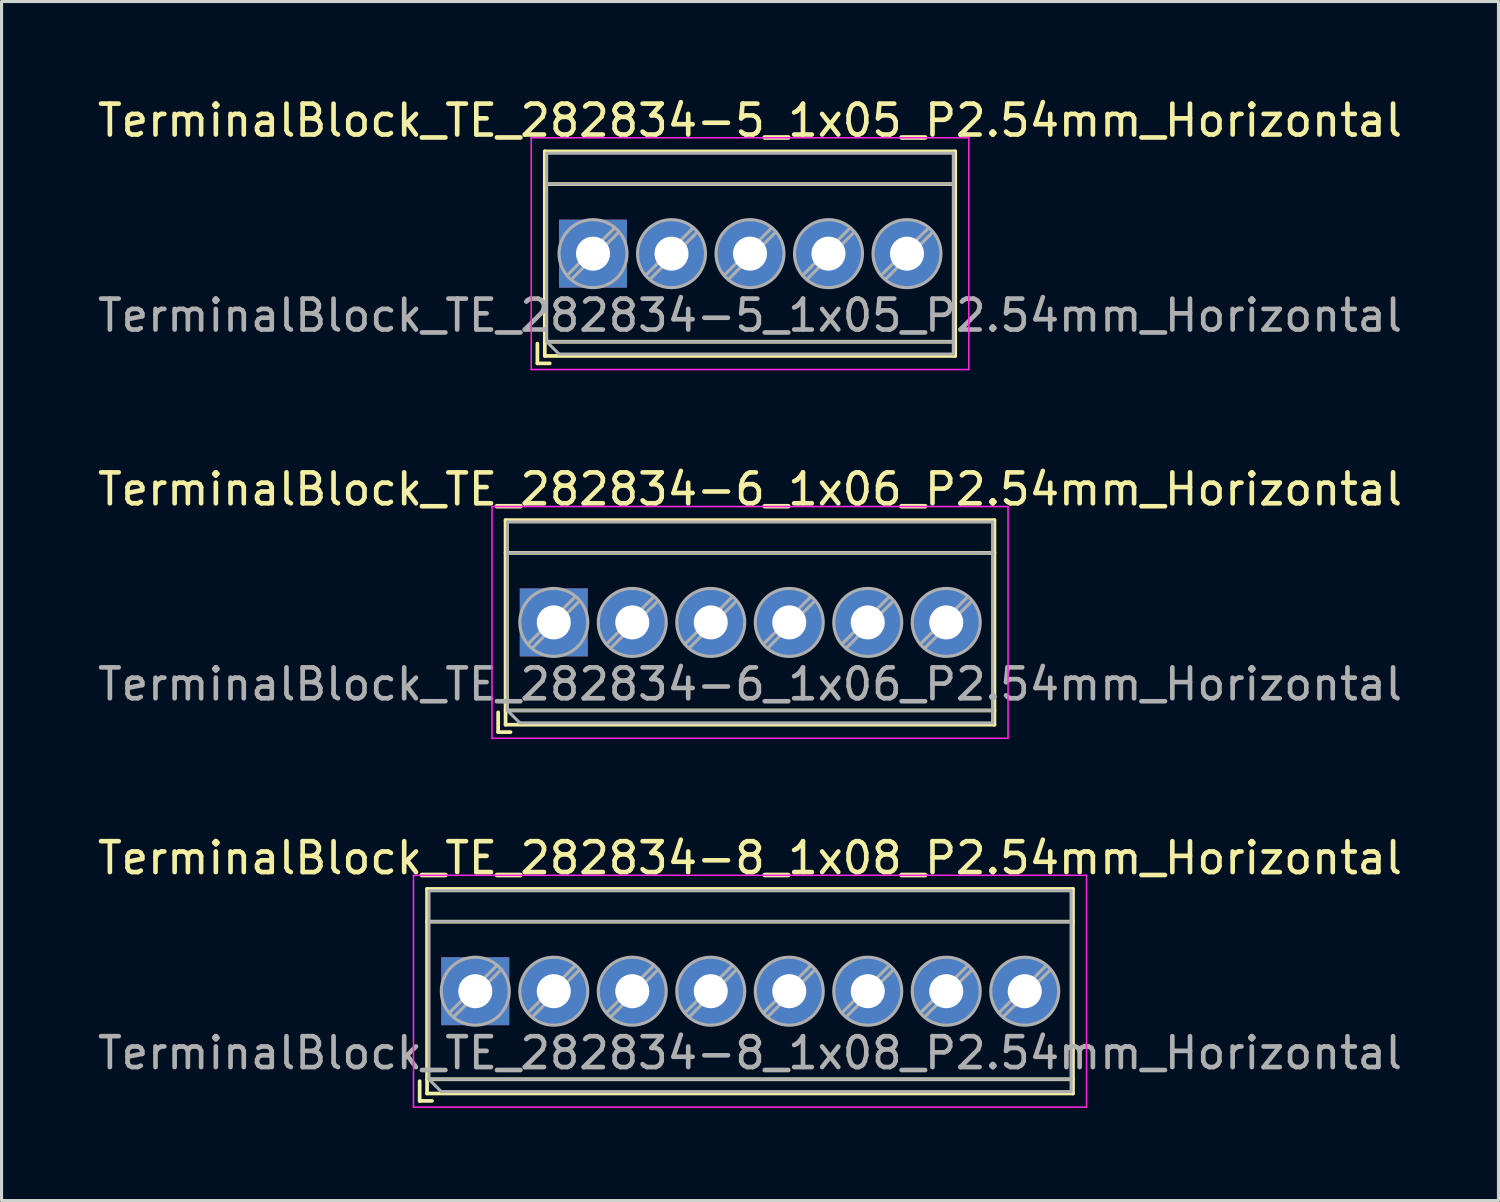
<source format=kicad_pcb>
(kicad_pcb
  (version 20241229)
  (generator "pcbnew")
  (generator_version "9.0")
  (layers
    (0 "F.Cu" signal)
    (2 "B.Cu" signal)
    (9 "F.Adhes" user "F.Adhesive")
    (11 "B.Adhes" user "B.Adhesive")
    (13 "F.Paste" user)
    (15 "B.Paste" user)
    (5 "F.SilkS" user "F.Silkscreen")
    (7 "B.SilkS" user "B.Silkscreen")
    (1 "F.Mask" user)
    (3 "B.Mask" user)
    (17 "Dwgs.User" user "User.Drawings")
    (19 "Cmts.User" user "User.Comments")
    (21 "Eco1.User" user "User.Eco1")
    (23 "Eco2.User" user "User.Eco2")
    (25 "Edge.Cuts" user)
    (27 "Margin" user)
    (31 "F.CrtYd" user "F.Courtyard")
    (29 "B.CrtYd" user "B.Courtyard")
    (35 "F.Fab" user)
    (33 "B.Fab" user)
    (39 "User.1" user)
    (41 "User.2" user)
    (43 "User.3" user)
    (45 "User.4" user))
  (footprint "TerminalBlock_TE_282834-8_1x08_P2.54mm_Horizontal"
    (layer "F.Cu")
    (at 12.33 29.025)
    (property "Reference" "TerminalBlock_TE_282834-8_1x08_P2.54mm_Horizontal" (at 8.89 -4.31 0) (layer "F.SilkS") (effects (font (size 1 1) (thickness 0.15))))
    (attr through_hole)
    (fp_line (start -1.8 2.91) (end -1.8 3.55) (stroke (width 0.12) (type solid)) (layer "F.SilkS"))
    (fp_line (start -1.8 3.55) (end -1.4 3.55) (stroke (width 0.12) (type solid)) (layer "F.SilkS"))
    (fp_line (start -1.56 -3.31) (end -1.56 3.31) (stroke (width 0.12) (type solid)) (layer "F.SilkS"))
    (fp_line (start -1.56 -3.31) (end 19.341 -3.31) (stroke (width 0.12) (type solid)) (layer "F.SilkS"))
    (fp_line (start -1.56 -2.25) (end 19.341 -2.25) (stroke (width 0.12) (type solid)) (layer "F.SilkS"))
    (fp_line (start -1.56 2.85) (end 19.341 2.85) (stroke (width 0.12) (type solid)) (layer "F.SilkS"))
    (fp_line (start -1.56 3.31) (end 19.341 3.31) (stroke (width 0.12) (type solid)) (layer "F.SilkS"))
    (fp_line (start 19.341 -3.31) (end 19.341 3.31) (stroke (width 0.12) (type solid)) (layer "F.SilkS"))
    (fp_line (start -2 -3.75) (end -2 3.75) (stroke (width 0.05) (type solid)) (layer "F.CrtYd"))
    (fp_line (start -2 3.75) (end 19.78 3.75) (stroke (width 0.05) (type solid)) (layer "F.CrtYd"))
    (fp_line (start 19.78 -3.75) (end -2 -3.75) (stroke (width 0.05) (type solid)) (layer "F.CrtYd"))
    (fp_line (start 19.78 3.75) (end 19.78 -3.75) (stroke (width 0.05) (type solid)) (layer "F.CrtYd"))
    (fp_line (start -1.5 -3.25) (end 19.28 -3.25) (stroke (width 0.1) (type solid)) (layer "F.Fab"))
    (fp_line (start -1.5 -2.25) (end 19.28 -2.25) (stroke (width 0.1) (type solid)) (layer "F.Fab"))
    (fp_line (start -1.5 2.85) (end -1.5 -3.25) (stroke (width 0.1) (type solid)) (layer "F.Fab"))
    (fp_line (start -1.5 2.85) (end 19.28 2.85) (stroke (width 0.1) (type solid)) (layer "F.Fab"))
    (fp_line (start -1.1 3.25) (end -1.5 2.85) (stroke (width 0.1) (type solid)) (layer "F.Fab"))
    (fp_line (start 0.701 -0.835) (end -0.835 0.7) (stroke (width 0.1) (type solid)) (layer "F.Fab"))
    (fp_line (start 0.835 -0.7) (end -0.701 0.835) (stroke (width 0.1) (type solid)) (layer "F.Fab"))
    (fp_line (start 3.241 -0.835) (end 1.706 0.7) (stroke (width 0.1) (type solid)) (layer "F.Fab"))
    (fp_line (start 3.375 -0.7) (end 1.84 0.835) (stroke (width 0.1) (type solid)) (layer "F.Fab"))
    (fp_line (start 5.781 -0.835) (end 4.246 0.7) (stroke (width 0.1) (type solid)) (layer "F.Fab"))
    (fp_line (start 5.915 -0.7) (end 4.38 0.835) (stroke (width 0.1) (type solid)) (layer "F.Fab"))
    (fp_line (start 8.321 -0.835) (end 6.786 0.7) (stroke (width 0.1) (type solid)) (layer "F.Fab"))
    (fp_line (start 8.455 -0.7) (end 6.92 0.835) (stroke (width 0.1) (type solid)) (layer "F.Fab"))
    (fp_line (start 10.861 -0.835) (end 9.326 0.7) (stroke (width 0.1) (type solid)) (layer "F.Fab"))
    (fp_line (start 10.995 -0.7) (end 9.46 0.835) (stroke (width 0.1) (type solid)) (layer "F.Fab"))
    (fp_line (start 13.401 -0.835) (end 11.866 0.7) (stroke (width 0.1) (type solid)) (layer "F.Fab"))
    (fp_line (start 13.535 -0.7) (end 12 0.835) (stroke (width 0.1) (type solid)) (layer "F.Fab"))
    (fp_line (start 15.941 -0.835) (end 14.406 0.7) (stroke (width 0.1) (type solid)) (layer "F.Fab"))
    (fp_line (start 16.075 -0.7) (end 14.54 0.835) (stroke (width 0.1) (type solid)) (layer "F.Fab"))
    (fp_line (start 18.481 -0.835) (end 16.946 0.7) (stroke (width 0.1) (type solid)) (layer "F.Fab"))
    (fp_line (start 18.615 -0.7) (end 17.08 0.835) (stroke (width 0.1) (type solid)) (layer "F.Fab"))
    (fp_line (start 19.28 -3.25) (end 19.28 3.25) (stroke (width 0.1) (type solid)) (layer "F.Fab"))
    (fp_line (start 19.28 3.25) (end -1.1 3.25) (stroke (width 0.1) (type solid)) (layer "F.Fab"))
    (fp_circle (center 0 0) (end 1.1 0) (stroke (width 0.1) (type solid)) (fill no) (layer "F.Fab"))
    (fp_circle (center 2.54 0) (end 3.64 0) (stroke (width 0.1) (type solid)) (fill no) (layer "F.Fab"))
    (fp_circle (center 5.08 0) (end 6.18 0) (stroke (width 0.1) (type solid)) (fill no) (layer "F.Fab"))
    (fp_circle (center 7.62 0) (end 8.72 0) (stroke (width 0.1) (type solid)) (fill no) (layer "F.Fab"))
    (fp_circle (center 10.16 0) (end 11.26 0) (stroke (width 0.1) (type solid)) (fill no) (layer "F.Fab"))
    (fp_circle (center 12.7 0) (end 13.8 0) (stroke (width 0.1) (type solid)) (fill no) (layer "F.Fab"))
    (fp_circle (center 15.24 0) (end 16.34 0) (stroke (width 0.1) (type solid)) (fill no) (layer "F.Fab"))
    (fp_circle (center 17.78 0) (end 18.88 0) (stroke (width 0.1) (type solid)) (fill no) (layer "F.Fab"))
    (fp_text user "${REFERENCE}" (at 8.89 2 0) (layer "F.Fab") (effects (font (size 1 1) (thickness 0.15))))
    (pad "1" thru_hole rect (at 0 0) (size 2.2 2.2) (drill 1.1) (layers "*.Cu" "*.Mask"))
    (pad "2" thru_hole circle (at 2.54 0) (size 2.2 2.2) (drill 1.1) (layers "*.Cu" "*.Mask"))
    (pad "3" thru_hole circle (at 5.08 0) (size 2.2 2.2) (drill 1.1) (layers "*.Cu" "*.Mask"))
    (pad "4" thru_hole circle (at 7.62 0) (size 2.2 2.2) (drill 1.1) (layers "*.Cu" "*.Mask"))
    (pad "5" thru_hole circle (at 10.16 0) (size 2.2 2.2) (drill 1.1) (layers "*.Cu" "*.Mask"))
    (pad "6" thru_hole circle (at 12.7 0) (size 2.2 2.2) (drill 1.1) (layers "*.Cu" "*.Mask"))
    (pad "7" thru_hole circle (at 15.24 0) (size 2.2 2.2) (drill 1.1) (layers "*.Cu" "*.Mask"))
    (pad "8" thru_hole circle (at 17.78 0) (size 2.2 2.2) (drill 1.1) (layers "*.Cu" "*.Mask")))
  (footprint "TerminalBlock_TE_282834-5_1x05_P2.54mm_Horizontal"
    (layer "F.Cu")
    (at 16.14 5.158)
    (property "Reference" "TerminalBlock_TE_282834-5_1x05_P2.54mm_Horizontal" (at 5.08 -4.31 0) (layer "F.SilkS") (effects (font (size 1 1) (thickness 0.15))))
    (attr through_hole)
    (fp_line (start -1.8 2.91) (end -1.8 3.55) (stroke (width 0.12) (type solid)) (layer "F.SilkS"))
    (fp_line (start -1.8 3.55) (end -1.4 3.55) (stroke (width 0.12) (type solid)) (layer "F.SilkS"))
    (fp_line (start -1.56 -3.31) (end -1.56 3.31) (stroke (width 0.12) (type solid)) (layer "F.SilkS"))
    (fp_line (start -1.56 -3.31) (end 11.72 -3.31) (stroke (width 0.12) (type solid)) (layer "F.SilkS"))
    (fp_line (start -1.56 -2.25) (end 11.72 -2.25) (stroke (width 0.12) (type solid)) (layer "F.SilkS"))
    (fp_line (start -1.56 2.85) (end 11.72 2.85) (stroke (width 0.12) (type solid)) (layer "F.SilkS"))
    (fp_line (start -1.56 3.31) (end 11.72 3.31) (stroke (width 0.12) (type solid)) (layer "F.SilkS"))
    (fp_line (start 11.72 -3.31) (end 11.72 3.31) (stroke (width 0.12) (type solid)) (layer "F.SilkS"))
    (fp_line (start -2 -3.75) (end -2 3.75) (stroke (width 0.05) (type solid)) (layer "F.CrtYd"))
    (fp_line (start -2 3.75) (end 12.16 3.75) (stroke (width 0.05) (type solid)) (layer "F.CrtYd"))
    (fp_line (start 12.16 -3.75) (end -2 -3.75) (stroke (width 0.05) (type solid)) (layer "F.CrtYd"))
    (fp_line (start 12.16 3.75) (end 12.16 -3.75) (stroke (width 0.05) (type solid)) (layer "F.CrtYd"))
    (fp_line (start -1.5 -3.25) (end 11.66 -3.25) (stroke (width 0.1) (type solid)) (layer "F.Fab"))
    (fp_line (start -1.5 -2.25) (end 11.66 -2.25) (stroke (width 0.1) (type solid)) (layer "F.Fab"))
    (fp_line (start -1.5 2.85) (end -1.5 -3.25) (stroke (width 0.1) (type solid)) (layer "F.Fab"))
    (fp_line (start -1.5 2.85) (end 11.66 2.85) (stroke (width 0.1) (type solid)) (layer "F.Fab"))
    (fp_line (start -1.1 3.25) (end -1.5 2.85) (stroke (width 0.1) (type solid)) (layer "F.Fab"))
    (fp_line (start 0.701 -0.835) (end -0.835 0.7) (stroke (width 0.1) (type solid)) (layer "F.Fab"))
    (fp_line (start 0.835 -0.7) (end -0.701 0.835) (stroke (width 0.1) (type solid)) (layer "F.Fab"))
    (fp_line (start 3.241 -0.835) (end 1.706 0.7) (stroke (width 0.1) (type solid)) (layer "F.Fab"))
    (fp_line (start 3.375 -0.7) (end 1.84 0.835) (stroke (width 0.1) (type solid)) (layer "F.Fab"))
    (fp_line (start 5.781 -0.835) (end 4.246 0.7) (stroke (width 0.1) (type solid)) (layer "F.Fab"))
    (fp_line (start 5.915 -0.7) (end 4.38 0.835) (stroke (width 0.1) (type solid)) (layer "F.Fab"))
    (fp_line (start 8.321 -0.835) (end 6.786 0.7) (stroke (width 0.1) (type solid)) (layer "F.Fab"))
    (fp_line (start 8.455 -0.7) (end 6.92 0.835) (stroke (width 0.1) (type solid)) (layer "F.Fab"))
    (fp_line (start 10.861 -0.835) (end 9.326 0.7) (stroke (width 0.1) (type solid)) (layer "F.Fab"))
    (fp_line (start 10.995 -0.7) (end 9.46 0.835) (stroke (width 0.1) (type solid)) (layer "F.Fab"))
    (fp_line (start 11.66 -3.25) (end 11.66 3.25) (stroke (width 0.1) (type solid)) (layer "F.Fab"))
    (fp_line (start 11.66 3.25) (end -1.1 3.25) (stroke (width 0.1) (type solid)) (layer "F.Fab"))
    (fp_circle (center 0 0) (end 1.1 0) (stroke (width 0.1) (type solid)) (fill no) (layer "F.Fab"))
    (fp_circle (center 2.54 0) (end 3.64 0) (stroke (width 0.1) (type solid)) (fill no) (layer "F.Fab"))
    (fp_circle (center 5.08 0) (end 6.18 0) (stroke (width 0.1) (type solid)) (fill no) (layer "F.Fab"))
    (fp_circle (center 7.62 0) (end 8.72 0) (stroke (width 0.1) (type solid)) (fill no) (layer "F.Fab"))
    (fp_circle (center 10.16 0) (end 11.26 0) (stroke (width 0.1) (type solid)) (fill no) (layer "F.Fab"))
    (fp_text user "${REFERENCE}" (at 5.08 2 0) (layer "F.Fab") (effects (font (size 1 1) (thickness 0.15))))
    (pad "1" thru_hole rect (at 0 0) (size 2.2 2.2) (drill 1.1) (layers "*.Cu" "*.Mask"))
    (pad "2" thru_hole circle (at 2.54 0) (size 2.2 2.2) (drill 1.1) (layers "*.Cu" "*.Mask"))
    (pad "3" thru_hole circle (at 5.08 0) (size 2.2 2.2) (drill 1.1) (layers "*.Cu" "*.Mask"))
    (pad "4" thru_hole circle (at 7.62 0) (size 2.2 2.2) (drill 1.1) (layers "*.Cu" "*.Mask"))
    (pad "5" thru_hole circle (at 10.16 0) (size 2.2 2.2) (drill 1.1) (layers "*.Cu" "*.Mask")))
  (footprint "TerminalBlock_TE_282834-6_1x06_P2.54mm_Horizontal"
    (layer "F.Cu")
    (at 14.87 17.091)
    (property "Reference" "TerminalBlock_TE_282834-6_1x06_P2.54mm_Horizontal" (at 6.35 -4.31 0) (layer "F.SilkS") (effects (font (size 1 1) (thickness 0.15))))
    (attr through_hole)
    (fp_line (start -1.8 2.91) (end -1.8 3.55) (stroke (width 0.12) (type solid)) (layer "F.SilkS"))
    (fp_line (start -1.8 3.55) (end -1.4 3.55) (stroke (width 0.12) (type solid)) (layer "F.SilkS"))
    (fp_line (start -1.56 -3.31) (end -1.56 3.31) (stroke (width 0.12) (type solid)) (layer "F.SilkS"))
    (fp_line (start -1.56 -3.31) (end 14.26 -3.31) (stroke (width 0.12) (type solid)) (layer "F.SilkS"))
    (fp_line (start -1.56 -2.25) (end 14.26 -2.25) (stroke (width 0.12) (type solid)) (layer "F.SilkS"))
    (fp_line (start -1.56 2.85) (end 14.26 2.85) (stroke (width 0.12) (type solid)) (layer "F.SilkS"))
    (fp_line (start -1.56 3.31) (end 14.26 3.31) (stroke (width 0.12) (type solid)) (layer "F.SilkS"))
    (fp_line (start 14.26 -3.31) (end 14.26 3.31) (stroke (width 0.12) (type solid)) (layer "F.SilkS"))
    (fp_line (start -2 -3.75) (end -2 3.75) (stroke (width 0.05) (type solid)) (layer "F.CrtYd"))
    (fp_line (start -2 3.75) (end 14.7 3.75) (stroke (width 0.05) (type solid)) (layer "F.CrtYd"))
    (fp_line (start 14.7 -3.75) (end -2 -3.75) (stroke (width 0.05) (type solid)) (layer "F.CrtYd"))
    (fp_line (start 14.7 3.75) (end 14.7 -3.75) (stroke (width 0.05) (type solid)) (layer "F.CrtYd"))
    (fp_line (start -1.5 -3.25) (end 14.2 -3.25) (stroke (width 0.1) (type solid)) (layer "F.Fab"))
    (fp_line (start -1.5 -2.25) (end 14.2 -2.25) (stroke (width 0.1) (type solid)) (layer "F.Fab"))
    (fp_line (start -1.5 2.85) (end -1.5 -3.25) (stroke (width 0.1) (type solid)) (layer "F.Fab"))
    (fp_line (start -1.5 2.85) (end 14.2 2.85) (stroke (width 0.1) (type solid)) (layer "F.Fab"))
    (fp_line (start -1.1 3.25) (end -1.5 2.85) (stroke (width 0.1) (type solid)) (layer "F.Fab"))
    (fp_line (start 0.701 -0.835) (end -0.835 0.7) (stroke (width 0.1) (type solid)) (layer "F.Fab"))
    (fp_line (start 0.835 -0.7) (end -0.701 0.835) (stroke (width 0.1) (type solid)) (layer "F.Fab"))
    (fp_line (start 3.241 -0.835) (end 1.706 0.7) (stroke (width 0.1) (type solid)) (layer "F.Fab"))
    (fp_line (start 3.375 -0.7) (end 1.84 0.835) (stroke (width 0.1) (type solid)) (layer "F.Fab"))
    (fp_line (start 5.781 -0.835) (end 4.246 0.7) (stroke (width 0.1) (type solid)) (layer "F.Fab"))
    (fp_line (start 5.915 -0.7) (end 4.38 0.835) (stroke (width 0.1) (type solid)) (layer "F.Fab"))
    (fp_line (start 8.321 -0.835) (end 6.786 0.7) (stroke (width 0.1) (type solid)) (layer "F.Fab"))
    (fp_line (start 8.455 -0.7) (end 6.92 0.835) (stroke (width 0.1) (type solid)) (layer "F.Fab"))
    (fp_line (start 10.861 -0.835) (end 9.326 0.7) (stroke (width 0.1) (type solid)) (layer "F.Fab"))
    (fp_line (start 10.995 -0.7) (end 9.46 0.835) (stroke (width 0.1) (type solid)) (layer "F.Fab"))
    (fp_line (start 13.401 -0.835) (end 11.866 0.7) (stroke (width 0.1) (type solid)) (layer "F.Fab"))
    (fp_line (start 13.535 -0.7) (end 12 0.835) (stroke (width 0.1) (type solid)) (layer "F.Fab"))
    (fp_line (start 14.2 -3.25) (end 14.2 3.25) (stroke (width 0.1) (type solid)) (layer "F.Fab"))
    (fp_line (start 14.2 3.25) (end -1.1 3.25) (stroke (width 0.1) (type solid)) (layer "F.Fab"))
    (fp_circle (center 0 0) (end 1.1 0) (stroke (width 0.1) (type solid)) (fill no) (layer "F.Fab"))
    (fp_circle (center 2.54 0) (end 3.64 0) (stroke (width 0.1) (type solid)) (fill no) (layer "F.Fab"))
    (fp_circle (center 5.08 0) (end 6.18 0) (stroke (width 0.1) (type solid)) (fill no) (layer "F.Fab"))
    (fp_circle (center 7.62 0) (end 8.72 0) (stroke (width 0.1) (type solid)) (fill no) (layer "F.Fab"))
    (fp_circle (center 10.16 0) (end 11.26 0) (stroke (width 0.1) (type solid)) (fill no) (layer "F.Fab"))
    (fp_circle (center 12.7 0) (end 13.8 0) (stroke (width 0.1) (type solid)) (fill no) (layer "F.Fab"))
    (fp_text user "${REFERENCE}" (at 6.35 2 0) (layer "F.Fab") (effects (font (size 1 1) (thickness 0.15))))
    (pad "1" thru_hole rect (at 0 0) (size 2.2 2.2) (drill 1.1) (layers "*.Cu" "*.Mask"))
    (pad "2" thru_hole circle (at 2.54 0) (size 2.2 2.2) (drill 1.1) (layers "*.Cu" "*.Mask"))
    (pad "3" thru_hole circle (at 5.08 0) (size 2.2 2.2) (drill 1.1) (layers "*.Cu" "*.Mask"))
    (pad "4" thru_hole circle (at 7.62 0) (size 2.2 2.2) (drill 1.1) (layers "*.Cu" "*.Mask"))
    (pad "5" thru_hole circle (at 10.16 0) (size 2.2 2.2) (drill 1.1) (layers "*.Cu" "*.Mask"))
    (pad "6" thru_hole circle (at 12.7 0) (size 2.2 2.2) (drill 1.1) (layers "*.Cu" "*.Mask")))
  (gr_rect
    (start -3 -3)
    (end 45.44 35.8)
    (stroke (width 0.1) (type default))
    (fill no)
    (layer "Edge.Cuts")))
</source>
